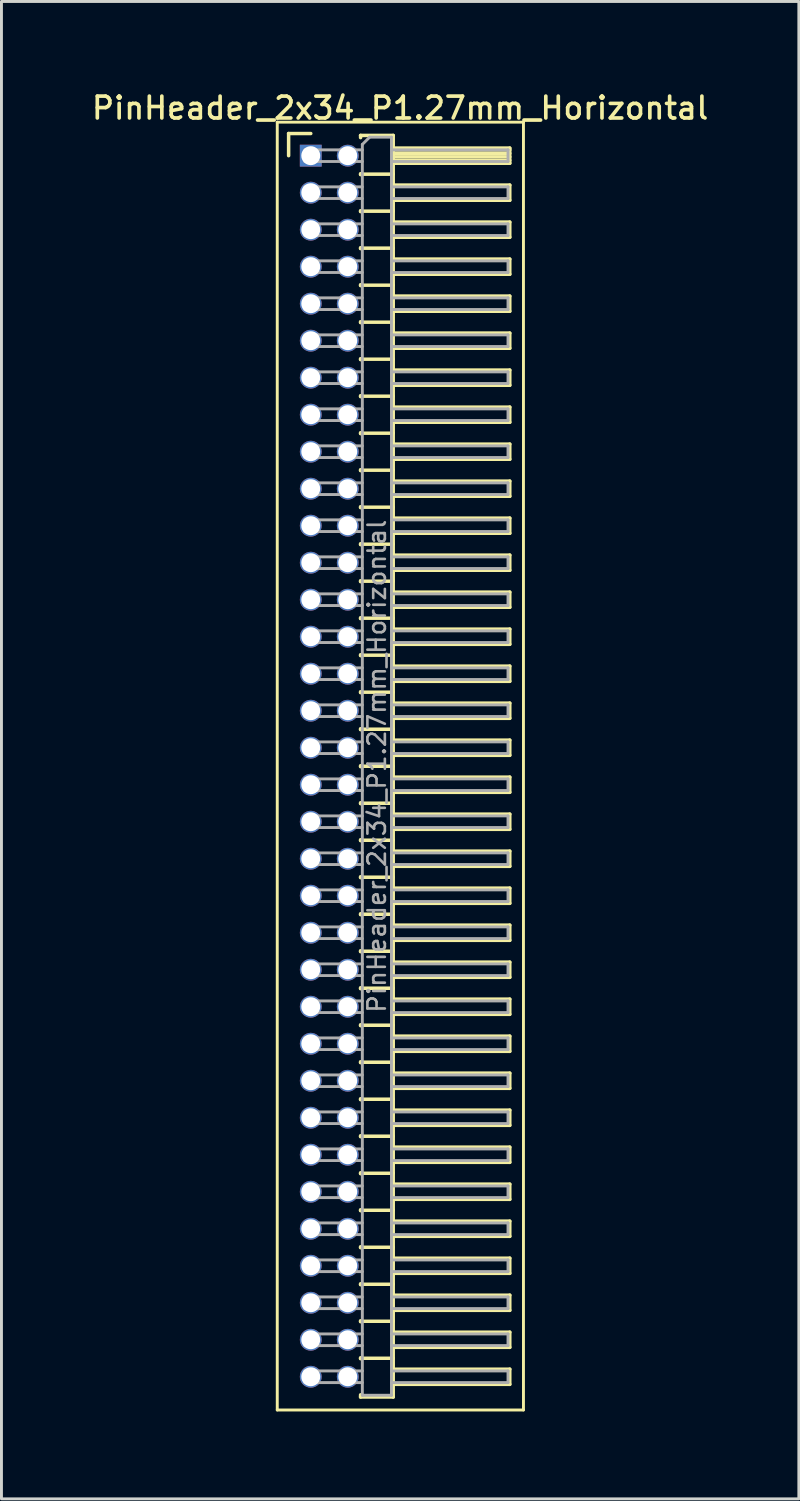
<source format=kicad_pcb>
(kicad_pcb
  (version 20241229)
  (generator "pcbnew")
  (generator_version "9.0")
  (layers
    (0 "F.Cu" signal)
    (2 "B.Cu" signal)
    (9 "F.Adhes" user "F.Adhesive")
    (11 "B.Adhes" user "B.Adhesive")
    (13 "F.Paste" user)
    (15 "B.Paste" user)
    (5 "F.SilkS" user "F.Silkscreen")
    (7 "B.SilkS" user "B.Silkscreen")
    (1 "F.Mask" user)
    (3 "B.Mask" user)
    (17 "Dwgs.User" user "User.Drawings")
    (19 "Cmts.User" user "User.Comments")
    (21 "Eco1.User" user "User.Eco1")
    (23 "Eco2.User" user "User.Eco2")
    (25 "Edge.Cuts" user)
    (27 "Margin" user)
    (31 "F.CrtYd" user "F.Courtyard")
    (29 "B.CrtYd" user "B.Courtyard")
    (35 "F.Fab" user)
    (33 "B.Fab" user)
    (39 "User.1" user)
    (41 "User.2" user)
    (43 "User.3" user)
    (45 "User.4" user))
  (footprint "PinHeader_2x34_P1.27mm_Horizontal"
    (layer "F.Cu")
    (at 7.616 2.293)
    (property "Reference" "PinHeader_2x34_P1.27mm_Horizontal" (at 3.067 -1.635 0) (layer "F.SilkS") (effects (font (size 0.75 0.75) (thickness 0.125))))
    (attr through_hole)
    (fp_line (start -1.15 -1.15) (end -1.15 43.05) (stroke (width 0.1) (type solid)) (layer "F.SilkS"))
    (fp_line (start -1.15 43.05) (end 7.3 43.05) (stroke (width 0.1) (type solid)) (layer "F.SilkS"))
    (fp_line (start -0.76 -0.76) (end 0 -0.76) (stroke (width 0.12) (type solid)) (layer "F.SilkS"))
    (fp_line (start -0.76 0) (end -0.76 -0.76) (stroke (width 0.12) (type solid)) (layer "F.SilkS"))
    (fp_line (start 1.71 -0.695) (end 2.83 -0.695) (stroke (width 0.12) (type solid)) (layer "F.SilkS"))
    (fp_line (start 1.71 -0.62) (end 1.71 -0.695) (stroke (width 0.12) (type solid)) (layer "F.SilkS"))
    (fp_line (start 1.71 0.62) (end 1.71 0.65) (stroke (width 0.12) (type solid)) (layer "F.SilkS"))
    (fp_line (start 1.71 0.635) (end 2.83 0.635) (stroke (width 0.12) (type solid)) (layer "F.SilkS"))
    (fp_line (start 1.71 1.89) (end 1.71 1.92) (stroke (width 0.12) (type solid)) (layer "F.SilkS"))
    (fp_line (start 1.71 1.905) (end 2.83 1.905) (stroke (width 0.12) (type solid)) (layer "F.SilkS"))
    (fp_line (start 1.71 3.16) (end 1.71 3.19) (stroke (width 0.12) (type solid)) (layer "F.SilkS"))
    (fp_line (start 1.71 3.175) (end 2.83 3.175) (stroke (width 0.12) (type solid)) (layer "F.SilkS"))
    (fp_line (start 1.71 4.43) (end 1.71 4.46) (stroke (width 0.12) (type solid)) (layer "F.SilkS"))
    (fp_line (start 1.71 4.445) (end 2.83 4.445) (stroke (width 0.12) (type solid)) (layer "F.SilkS"))
    (fp_line (start 1.71 5.7) (end 1.71 5.73) (stroke (width 0.12) (type solid)) (layer "F.SilkS"))
    (fp_line (start 1.71 5.715) (end 2.83 5.715) (stroke (width 0.12) (type solid)) (layer "F.SilkS"))
    (fp_line (start 1.71 6.97) (end 1.71 7) (stroke (width 0.12) (type solid)) (layer "F.SilkS"))
    (fp_line (start 1.71 6.985) (end 2.83 6.985) (stroke (width 0.12) (type solid)) (layer "F.SilkS"))
    (fp_line (start 1.71 8.24) (end 1.71 8.27) (stroke (width 0.12) (type solid)) (layer "F.SilkS"))
    (fp_line (start 1.71 8.255) (end 2.83 8.255) (stroke (width 0.12) (type solid)) (layer "F.SilkS"))
    (fp_line (start 1.71 9.51) (end 1.71 9.54) (stroke (width 0.12) (type solid)) (layer "F.SilkS"))
    (fp_line (start 1.71 9.525) (end 2.83 9.525) (stroke (width 0.12) (type solid)) (layer "F.SilkS"))
    (fp_line (start 1.71 10.78) (end 1.71 10.81) (stroke (width 0.12) (type solid)) (layer "F.SilkS"))
    (fp_line (start 1.71 10.795) (end 2.83 10.795) (stroke (width 0.12) (type solid)) (layer "F.SilkS"))
    (fp_line (start 1.71 12.05) (end 1.71 12.08) (stroke (width 0.12) (type solid)) (layer "F.SilkS"))
    (fp_line (start 1.71 12.065) (end 2.83 12.065) (stroke (width 0.12) (type solid)) (layer "F.SilkS"))
    (fp_line (start 1.71 13.32) (end 1.71 13.35) (stroke (width 0.12) (type solid)) (layer "F.SilkS"))
    (fp_line (start 1.71 13.335) (end 2.83 13.335) (stroke (width 0.12) (type solid)) (layer "F.SilkS"))
    (fp_line (start 1.71 14.59) (end 1.71 14.62) (stroke (width 0.12) (type solid)) (layer "F.SilkS"))
    (fp_line (start 1.71 14.605) (end 2.83 14.605) (stroke (width 0.12) (type solid)) (layer "F.SilkS"))
    (fp_line (start 1.71 15.86) (end 1.71 15.89) (stroke (width 0.12) (type solid)) (layer "F.SilkS"))
    (fp_line (start 1.71 15.875) (end 2.83 15.875) (stroke (width 0.12) (type solid)) (layer "F.SilkS"))
    (fp_line (start 1.71 17.13) (end 1.71 17.16) (stroke (width 0.12) (type solid)) (layer "F.SilkS"))
    (fp_line (start 1.71 17.145) (end 2.83 17.145) (stroke (width 0.12) (type solid)) (layer "F.SilkS"))
    (fp_line (start 1.71 18.4) (end 1.71 18.43) (stroke (width 0.12) (type solid)) (layer "F.SilkS"))
    (fp_line (start 1.71 18.415) (end 2.83 18.415) (stroke (width 0.12) (type solid)) (layer "F.SilkS"))
    (fp_line (start 1.71 19.67) (end 1.71 19.7) (stroke (width 0.12) (type solid)) (layer "F.SilkS"))
    (fp_line (start 1.71 19.685) (end 2.83 19.685) (stroke (width 0.12) (type solid)) (layer "F.SilkS"))
    (fp_line (start 1.71 20.94) (end 1.71 20.97) (stroke (width 0.12) (type solid)) (layer "F.SilkS"))
    (fp_line (start 1.71 20.955) (end 2.83 20.955) (stroke (width 0.12) (type solid)) (layer "F.SilkS"))
    (fp_line (start 1.71 22.21) (end 1.71 22.24) (stroke (width 0.12) (type solid)) (layer "F.SilkS"))
    (fp_line (start 1.71 22.225) (end 2.83 22.225) (stroke (width 0.12) (type solid)) (layer "F.SilkS"))
    (fp_line (start 1.71 23.48) (end 1.71 23.51) (stroke (width 0.12) (type solid)) (layer "F.SilkS"))
    (fp_line (start 1.71 23.495) (end 2.83 23.495) (stroke (width 0.12) (type solid)) (layer "F.SilkS"))
    (fp_line (start 1.71 24.75) (end 1.71 24.78) (stroke (width 0.12) (type solid)) (layer "F.SilkS"))
    (fp_line (start 1.71 24.765) (end 2.83 24.765) (stroke (width 0.12) (type solid)) (layer "F.SilkS"))
    (fp_line (start 1.71 26.02) (end 1.71 26.05) (stroke (width 0.12) (type solid)) (layer "F.SilkS"))
    (fp_line (start 1.71 26.035) (end 2.83 26.035) (stroke (width 0.12) (type solid)) (layer "F.SilkS"))
    (fp_line (start 1.71 27.29) (end 1.71 27.32) (stroke (width 0.12) (type solid)) (layer "F.SilkS"))
    (fp_line (start 1.71 27.305) (end 2.83 27.305) (stroke (width 0.12) (type solid)) (layer "F.SilkS"))
    (fp_line (start 1.71 28.56) (end 1.71 28.59) (stroke (width 0.12) (type solid)) (layer "F.SilkS"))
    (fp_line (start 1.71 28.575) (end 2.83 28.575) (stroke (width 0.12) (type solid)) (layer "F.SilkS"))
    (fp_line (start 1.71 29.83) (end 1.71 29.86) (stroke (width 0.12) (type solid)) (layer "F.SilkS"))
    (fp_line (start 1.71 29.845) (end 2.83 29.845) (stroke (width 0.12) (type solid)) (layer "F.SilkS"))
    (fp_line (start 1.71 31.1) (end 1.71 31.13) (stroke (width 0.12) (type solid)) (layer "F.SilkS"))
    (fp_line (start 1.71 31.115) (end 2.83 31.115) (stroke (width 0.12) (type solid)) (layer "F.SilkS"))
    (fp_line (start 1.71 32.37) (end 1.71 32.4) (stroke (width 0.12) (type solid)) (layer "F.SilkS"))
    (fp_line (start 1.71 32.385) (end 2.83 32.385) (stroke (width 0.12) (type solid)) (layer "F.SilkS"))
    (fp_line (start 1.71 33.64) (end 1.71 33.67) (stroke (width 0.12) (type solid)) (layer "F.SilkS"))
    (fp_line (start 1.71 33.655) (end 2.83 33.655) (stroke (width 0.12) (type solid)) (layer "F.SilkS"))
    (fp_line (start 1.71 34.91) (end 1.71 34.94) (stroke (width 0.12) (type solid)) (layer "F.SilkS"))
    (fp_line (start 1.71 34.925) (end 2.83 34.925) (stroke (width 0.12) (type solid)) (layer "F.SilkS"))
    (fp_line (start 1.71 36.18) (end 1.71 36.21) (stroke (width 0.12) (type solid)) (layer "F.SilkS"))
    (fp_line (start 1.71 36.195) (end 2.83 36.195) (stroke (width 0.12) (type solid)) (layer "F.SilkS"))
    (fp_line (start 1.71 37.45) (end 1.71 37.48) (stroke (width 0.12) (type solid)) (layer "F.SilkS"))
    (fp_line (start 1.71 37.465) (end 2.83 37.465) (stroke (width 0.12) (type solid)) (layer "F.SilkS"))
    (fp_line (start 1.71 38.72) (end 1.71 38.75) (stroke (width 0.12) (type solid)) (layer "F.SilkS"))
    (fp_line (start 1.71 38.735) (end 2.83 38.735) (stroke (width 0.12) (type solid)) (layer "F.SilkS"))
    (fp_line (start 1.71 39.99) (end 1.71 40.02) (stroke (width 0.12) (type solid)) (layer "F.SilkS"))
    (fp_line (start 1.71 40.005) (end 2.83 40.005) (stroke (width 0.12) (type solid)) (layer "F.SilkS"))
    (fp_line (start 1.71 41.26) (end 1.71 41.29) (stroke (width 0.12) (type solid)) (layer "F.SilkS"))
    (fp_line (start 1.71 41.275) (end 2.83 41.275) (stroke (width 0.12) (type solid)) (layer "F.SilkS"))
    (fp_line (start 1.71 42.605) (end 1.71 42.53) (stroke (width 0.12) (type solid)) (layer "F.SilkS"))
    (fp_line (start 2.83 -0.695) (end 2.83 42.605) (stroke (width 0.12) (type solid)) (layer "F.SilkS"))
    (fp_line (start 2.83 -0.26) (end 6.83 -0.26) (stroke (width 0.12) (type solid)) (layer "F.SilkS"))
    (fp_line (start 2.83 -0.2) (end 6.83 -0.2) (stroke (width 0.12) (type solid)) (layer "F.SilkS"))
    (fp_line (start 2.83 -0.08) (end 6.83 -0.08) (stroke (width 0.12) (type solid)) (layer "F.SilkS"))
    (fp_line (start 2.83 0.04) (end 6.83 0.04) (stroke (width 0.12) (type solid)) (layer "F.SilkS"))
    (fp_line (start 2.83 0.16) (end 6.83 0.16) (stroke (width 0.12) (type solid)) (layer "F.SilkS"))
    (fp_line (start 2.83 1.01) (end 6.83 1.01) (stroke (width 0.12) (type solid)) (layer "F.SilkS"))
    (fp_line (start 2.83 2.28) (end 6.83 2.28) (stroke (width 0.12) (type solid)) (layer "F.SilkS"))
    (fp_line (start 2.83 3.55) (end 6.83 3.55) (stroke (width 0.12) (type solid)) (layer "F.SilkS"))
    (fp_line (start 2.83 4.82) (end 6.83 4.82) (stroke (width 0.12) (type solid)) (layer "F.SilkS"))
    (fp_line (start 2.83 6.09) (end 6.83 6.09) (stroke (width 0.12) (type solid)) (layer "F.SilkS"))
    (fp_line (start 2.83 7.36) (end 6.83 7.36) (stroke (width 0.12) (type solid)) (layer "F.SilkS"))
    (fp_line (start 2.83 8.63) (end 6.83 8.63) (stroke (width 0.12) (type solid)) (layer "F.SilkS"))
    (fp_line (start 2.83 9.9) (end 6.83 9.9) (stroke (width 0.12) (type solid)) (layer "F.SilkS"))
    (fp_line (start 2.83 11.17) (end 6.83 11.17) (stroke (width 0.12) (type solid)) (layer "F.SilkS"))
    (fp_line (start 2.83 12.44) (end 6.83 12.44) (stroke (width 0.12) (type solid)) (layer "F.SilkS"))
    (fp_line (start 2.83 13.71) (end 6.83 13.71) (stroke (width 0.12) (type solid)) (layer "F.SilkS"))
    (fp_line (start 2.83 14.98) (end 6.83 14.98) (stroke (width 0.12) (type solid)) (layer "F.SilkS"))
    (fp_line (start 2.83 16.25) (end 6.83 16.25) (stroke (width 0.12) (type solid)) (layer "F.SilkS"))
    (fp_line (start 2.83 17.52) (end 6.83 17.52) (stroke (width 0.12) (type solid)) (layer "F.SilkS"))
    (fp_line (start 2.83 18.79) (end 6.83 18.79) (stroke (width 0.12) (type solid)) (layer "F.SilkS"))
    (fp_line (start 2.83 20.06) (end 6.83 20.06) (stroke (width 0.12) (type solid)) (layer "F.SilkS"))
    (fp_line (start 2.83 21.33) (end 6.83 21.33) (stroke (width 0.12) (type solid)) (layer "F.SilkS"))
    (fp_line (start 2.83 22.6) (end 6.83 22.6) (stroke (width 0.12) (type solid)) (layer "F.SilkS"))
    (fp_line (start 2.83 23.87) (end 6.83 23.87) (stroke (width 0.12) (type solid)) (layer "F.SilkS"))
    (fp_line (start 2.83 25.14) (end 6.83 25.14) (stroke (width 0.12) (type solid)) (layer "F.SilkS"))
    (fp_line (start 2.83 26.41) (end 6.83 26.41) (stroke (width 0.12) (type solid)) (layer "F.SilkS"))
    (fp_line (start 2.83 27.68) (end 6.83 27.68) (stroke (width 0.12) (type solid)) (layer "F.SilkS"))
    (fp_line (start 2.83 28.95) (end 6.83 28.95) (stroke (width 0.12) (type solid)) (layer "F.SilkS"))
    (fp_line (start 2.83 30.22) (end 6.83 30.22) (stroke (width 0.12) (type solid)) (layer "F.SilkS"))
    (fp_line (start 2.83 31.49) (end 6.83 31.49) (stroke (width 0.12) (type solid)) (layer "F.SilkS"))
    (fp_line (start 2.83 32.76) (end 6.83 32.76) (stroke (width 0.12) (type solid)) (layer "F.SilkS"))
    (fp_line (start 2.83 34.03) (end 6.83 34.03) (stroke (width 0.12) (type solid)) (layer "F.SilkS"))
    (fp_line (start 2.83 35.3) (end 6.83 35.3) (stroke (width 0.12) (type solid)) (layer "F.SilkS"))
    (fp_line (start 2.83 36.57) (end 6.83 36.57) (stroke (width 0.12) (type solid)) (layer "F.SilkS"))
    (fp_line (start 2.83 37.84) (end 6.83 37.84) (stroke (width 0.12) (type solid)) (layer "F.SilkS"))
    (fp_line (start 2.83 39.11) (end 6.83 39.11) (stroke (width 0.12) (type solid)) (layer "F.SilkS"))
    (fp_line (start 2.83 40.38) (end 6.83 40.38) (stroke (width 0.12) (type solid)) (layer "F.SilkS"))
    (fp_line (start 2.83 41.65) (end 6.83 41.65) (stroke (width 0.12) (type solid)) (layer "F.SilkS"))
    (fp_line (start 2.83 42.605) (end 1.71 42.605) (stroke (width 0.12) (type solid)) (layer "F.SilkS"))
    (fp_line (start 6.83 -0.26) (end 6.83 0.26) (stroke (width 0.12) (type solid)) (layer "F.SilkS"))
    (fp_line (start 6.83 0.26) (end 2.83 0.26) (stroke (width 0.12) (type solid)) (layer "F.SilkS"))
    (fp_line (start 6.83 1.01) (end 6.83 1.53) (stroke (width 0.12) (type solid)) (layer "F.SilkS"))
    (fp_line (start 6.83 1.53) (end 2.83 1.53) (stroke (width 0.12) (type solid)) (layer "F.SilkS"))
    (fp_line (start 6.83 2.28) (end 6.83 2.8) (stroke (width 0.12) (type solid)) (layer "F.SilkS"))
    (fp_line (start 6.83 2.8) (end 2.83 2.8) (stroke (width 0.12) (type solid)) (layer "F.SilkS"))
    (fp_line (start 6.83 3.55) (end 6.83 4.07) (stroke (width 0.12) (type solid)) (layer "F.SilkS"))
    (fp_line (start 6.83 4.07) (end 2.83 4.07) (stroke (width 0.12) (type solid)) (layer "F.SilkS"))
    (fp_line (start 6.83 4.82) (end 6.83 5.34) (stroke (width 0.12) (type solid)) (layer "F.SilkS"))
    (fp_line (start 6.83 5.34) (end 2.83 5.34) (stroke (width 0.12) (type solid)) (layer "F.SilkS"))
    (fp_line (start 6.83 6.09) (end 6.83 6.61) (stroke (width 0.12) (type solid)) (layer "F.SilkS"))
    (fp_line (start 6.83 6.61) (end 2.83 6.61) (stroke (width 0.12) (type solid)) (layer "F.SilkS"))
    (fp_line (start 6.83 7.36) (end 6.83 7.88) (stroke (width 0.12) (type solid)) (layer "F.SilkS"))
    (fp_line (start 6.83 7.88) (end 2.83 7.88) (stroke (width 0.12) (type solid)) (layer "F.SilkS"))
    (fp_line (start 6.83 8.63) (end 6.83 9.15) (stroke (width 0.12) (type solid)) (layer "F.SilkS"))
    (fp_line (start 6.83 9.15) (end 2.83 9.15) (stroke (width 0.12) (type solid)) (layer "F.SilkS"))
    (fp_line (start 6.83 9.9) (end 6.83 10.42) (stroke (width 0.12) (type solid)) (layer "F.SilkS"))
    (fp_line (start 6.83 10.42) (end 2.83 10.42) (stroke (width 0.12) (type solid)) (layer "F.SilkS"))
    (fp_line (start 6.83 11.17) (end 6.83 11.69) (stroke (width 0.12) (type solid)) (layer "F.SilkS"))
    (fp_line (start 6.83 11.69) (end 2.83 11.69) (stroke (width 0.12) (type solid)) (layer "F.SilkS"))
    (fp_line (start 6.83 12.44) (end 6.83 12.96) (stroke (width 0.12) (type solid)) (layer "F.SilkS"))
    (fp_line (start 6.83 12.96) (end 2.83 12.96) (stroke (width 0.12) (type solid)) (layer "F.SilkS"))
    (fp_line (start 6.83 13.71) (end 6.83 14.23) (stroke (width 0.12) (type solid)) (layer "F.SilkS"))
    (fp_line (start 6.83 14.23) (end 2.83 14.23) (stroke (width 0.12) (type solid)) (layer "F.SilkS"))
    (fp_line (start 6.83 14.98) (end 6.83 15.5) (stroke (width 0.12) (type solid)) (layer "F.SilkS"))
    (fp_line (start 6.83 15.5) (end 2.83 15.5) (stroke (width 0.12) (type solid)) (layer "F.SilkS"))
    (fp_line (start 6.83 16.25) (end 6.83 16.77) (stroke (width 0.12) (type solid)) (layer "F.SilkS"))
    (fp_line (start 6.83 16.77) (end 2.83 16.77) (stroke (width 0.12) (type solid)) (layer "F.SilkS"))
    (fp_line (start 6.83 17.52) (end 6.83 18.04) (stroke (width 0.12) (type solid)) (layer "F.SilkS"))
    (fp_line (start 6.83 18.04) (end 2.83 18.04) (stroke (width 0.12) (type solid)) (layer "F.SilkS"))
    (fp_line (start 6.83 18.79) (end 6.83 19.31) (stroke (width 0.12) (type solid)) (layer "F.SilkS"))
    (fp_line (start 6.83 19.31) (end 2.83 19.31) (stroke (width 0.12) (type solid)) (layer "F.SilkS"))
    (fp_line (start 6.83 20.06) (end 6.83 20.58) (stroke (width 0.12) (type solid)) (layer "F.SilkS"))
    (fp_line (start 6.83 20.58) (end 2.83 20.58) (stroke (width 0.12) (type solid)) (layer "F.SilkS"))
    (fp_line (start 6.83 21.33) (end 6.83 21.85) (stroke (width 0.12) (type solid)) (layer "F.SilkS"))
    (fp_line (start 6.83 21.85) (end 2.83 21.85) (stroke (width 0.12) (type solid)) (layer "F.SilkS"))
    (fp_line (start 6.83 22.6) (end 6.83 23.12) (stroke (width 0.12) (type solid)) (layer "F.SilkS"))
    (fp_line (start 6.83 23.12) (end 2.83 23.12) (stroke (width 0.12) (type solid)) (layer "F.SilkS"))
    (fp_line (start 6.83 23.87) (end 6.83 24.39) (stroke (width 0.12) (type solid)) (layer "F.SilkS"))
    (fp_line (start 6.83 24.39) (end 2.83 24.39) (stroke (width 0.12) (type solid)) (layer "F.SilkS"))
    (fp_line (start 6.83 25.14) (end 6.83 25.66) (stroke (width 0.12) (type solid)) (layer "F.SilkS"))
    (fp_line (start 6.83 25.66) (end 2.83 25.66) (stroke (width 0.12) (type solid)) (layer "F.SilkS"))
    (fp_line (start 6.83 26.41) (end 6.83 26.93) (stroke (width 0.12) (type solid)) (layer "F.SilkS"))
    (fp_line (start 6.83 26.93) (end 2.83 26.93) (stroke (width 0.12) (type solid)) (layer "F.SilkS"))
    (fp_line (start 6.83 27.68) (end 6.83 28.2) (stroke (width 0.12) (type solid)) (layer "F.SilkS"))
    (fp_line (start 6.83 28.2) (end 2.83 28.2) (stroke (width 0.12) (type solid)) (layer "F.SilkS"))
    (fp_line (start 6.83 28.95) (end 6.83 29.47) (stroke (width 0.12) (type solid)) (layer "F.SilkS"))
    (fp_line (start 6.83 29.47) (end 2.83 29.47) (stroke (width 0.12) (type solid)) (layer "F.SilkS"))
    (fp_line (start 6.83 30.22) (end 6.83 30.74) (stroke (width 0.12) (type solid)) (layer "F.SilkS"))
    (fp_line (start 6.83 30.74) (end 2.83 30.74) (stroke (width 0.12) (type solid)) (layer "F.SilkS"))
    (fp_line (start 6.83 31.49) (end 6.83 32.01) (stroke (width 0.12) (type solid)) (layer "F.SilkS"))
    (fp_line (start 6.83 32.01) (end 2.83 32.01) (stroke (width 0.12) (type solid)) (layer "F.SilkS"))
    (fp_line (start 6.83 32.76) (end 6.83 33.28) (stroke (width 0.12) (type solid)) (layer "F.SilkS"))
    (fp_line (start 6.83 33.28) (end 2.83 33.28) (stroke (width 0.12) (type solid)) (layer "F.SilkS"))
    (fp_line (start 6.83 34.03) (end 6.83 34.55) (stroke (width 0.12) (type solid)) (layer "F.SilkS"))
    (fp_line (start 6.83 34.55) (end 2.83 34.55) (stroke (width 0.12) (type solid)) (layer "F.SilkS"))
    (fp_line (start 6.83 35.3) (end 6.83 35.82) (stroke (width 0.12) (type solid)) (layer "F.SilkS"))
    (fp_line (start 6.83 35.82) (end 2.83 35.82) (stroke (width 0.12) (type solid)) (layer "F.SilkS"))
    (fp_line (start 6.83 36.57) (end 6.83 37.09) (stroke (width 0.12) (type solid)) (layer "F.SilkS"))
    (fp_line (start 6.83 37.09) (end 2.83 37.09) (stroke (width 0.12) (type solid)) (layer "F.SilkS"))
    (fp_line (start 6.83 37.84) (end 6.83 38.36) (stroke (width 0.12) (type solid)) (layer "F.SilkS"))
    (fp_line (start 6.83 38.36) (end 2.83 38.36) (stroke (width 0.12) (type solid)) (layer "F.SilkS"))
    (fp_line (start 6.83 39.11) (end 6.83 39.63) (stroke (width 0.12) (type solid)) (layer "F.SilkS"))
    (fp_line (start 6.83 39.63) (end 2.83 39.63) (stroke (width 0.12) (type solid)) (layer "F.SilkS"))
    (fp_line (start 6.83 40.38) (end 6.83 40.9) (stroke (width 0.12) (type solid)) (layer "F.SilkS"))
    (fp_line (start 6.83 40.9) (end 2.83 40.9) (stroke (width 0.12) (type solid)) (layer "F.SilkS"))
    (fp_line (start 6.83 41.65) (end 6.83 42.17) (stroke (width 0.12) (type solid)) (layer "F.SilkS"))
    (fp_line (start 6.83 42.17) (end 2.83 42.17) (stroke (width 0.12) (type solid)) (layer "F.SilkS"))
    (fp_line (start 7.3 -1.15) (end -1.15 -1.15) (stroke (width 0.1) (type solid)) (layer "F.SilkS"))
    (fp_line (start 7.3 43.05) (end 7.3 -1.15) (stroke (width 0.1) (type solid)) (layer "F.SilkS"))
    (fp_line (start -0.2 -0.2) (end -0.2 0.2) (stroke (width 0.1) (type solid)) (layer "F.Fab"))
    (fp_line (start -0.2 -0.2) (end 1.77 -0.2) (stroke (width 0.1) (type solid)) (layer "F.Fab"))
    (fp_line (start -0.2 0.2) (end 1.77 0.2) (stroke (width 0.1) (type solid)) (layer "F.Fab"))
    (fp_line (start -0.2 1.07) (end -0.2 1.47) (stroke (width 0.1) (type solid)) (layer "F.Fab"))
    (fp_line (start -0.2 1.07) (end 1.77 1.07) (stroke (width 0.1) (type solid)) (layer "F.Fab"))
    (fp_line (start -0.2 1.47) (end 1.77 1.47) (stroke (width 0.1) (type solid)) (layer "F.Fab"))
    (fp_line (start -0.2 2.34) (end -0.2 2.74) (stroke (width 0.1) (type solid)) (layer "F.Fab"))
    (fp_line (start -0.2 2.34) (end 1.77 2.34) (stroke (width 0.1) (type solid)) (layer "F.Fab"))
    (fp_line (start -0.2 2.74) (end 1.77 2.74) (stroke (width 0.1) (type solid)) (layer "F.Fab"))
    (fp_line (start -0.2 3.61) (end -0.2 4.01) (stroke (width 0.1) (type solid)) (layer "F.Fab"))
    (fp_line (start -0.2 3.61) (end 1.77 3.61) (stroke (width 0.1) (type solid)) (layer "F.Fab"))
    (fp_line (start -0.2 4.01) (end 1.77 4.01) (stroke (width 0.1) (type solid)) (layer "F.Fab"))
    (fp_line (start -0.2 4.88) (end -0.2 5.28) (stroke (width 0.1) (type solid)) (layer "F.Fab"))
    (fp_line (start -0.2 4.88) (end 1.77 4.88) (stroke (width 0.1) (type solid)) (layer "F.Fab"))
    (fp_line (start -0.2 5.28) (end 1.77 5.28) (stroke (width 0.1) (type solid)) (layer "F.Fab"))
    (fp_line (start -0.2 6.15) (end -0.2 6.55) (stroke (width 0.1) (type solid)) (layer "F.Fab"))
    (fp_line (start -0.2 6.15) (end 1.77 6.15) (stroke (width 0.1) (type solid)) (layer "F.Fab"))
    (fp_line (start -0.2 6.55) (end 1.77 6.55) (stroke (width 0.1) (type solid)) (layer "F.Fab"))
    (fp_line (start -0.2 7.42) (end -0.2 7.82) (stroke (width 0.1) (type solid)) (layer "F.Fab"))
    (fp_line (start -0.2 7.42) (end 1.77 7.42) (stroke (width 0.1) (type solid)) (layer "F.Fab"))
    (fp_line (start -0.2 7.82) (end 1.77 7.82) (stroke (width 0.1) (type solid)) (layer "F.Fab"))
    (fp_line (start -0.2 8.69) (end -0.2 9.09) (stroke (width 0.1) (type solid)) (layer "F.Fab"))
    (fp_line (start -0.2 8.69) (end 1.77 8.69) (stroke (width 0.1) (type solid)) (layer "F.Fab"))
    (fp_line (start -0.2 9.09) (end 1.77 9.09) (stroke (width 0.1) (type solid)) (layer "F.Fab"))
    (fp_line (start -0.2 9.96) (end -0.2 10.36) (stroke (width 0.1) (type solid)) (layer "F.Fab"))
    (fp_line (start -0.2 9.96) (end 1.77 9.96) (stroke (width 0.1) (type solid)) (layer "F.Fab"))
    (fp_line (start -0.2 10.36) (end 1.77 10.36) (stroke (width 0.1) (type solid)) (layer "F.Fab"))
    (fp_line (start -0.2 11.23) (end -0.2 11.63) (stroke (width 0.1) (type solid)) (layer "F.Fab"))
    (fp_line (start -0.2 11.23) (end 1.77 11.23) (stroke (width 0.1) (type solid)) (layer "F.Fab"))
    (fp_line (start -0.2 11.63) (end 1.77 11.63) (stroke (width 0.1) (type solid)) (layer "F.Fab"))
    (fp_line (start -0.2 12.5) (end -0.2 12.9) (stroke (width 0.1) (type solid)) (layer "F.Fab"))
    (fp_line (start -0.2 12.5) (end 1.77 12.5) (stroke (width 0.1) (type solid)) (layer "F.Fab"))
    (fp_line (start -0.2 12.9) (end 1.77 12.9) (stroke (width 0.1) (type solid)) (layer "F.Fab"))
    (fp_line (start -0.2 13.77) (end -0.2 14.17) (stroke (width 0.1) (type solid)) (layer "F.Fab"))
    (fp_line (start -0.2 13.77) (end 1.77 13.77) (stroke (width 0.1) (type solid)) (layer "F.Fab"))
    (fp_line (start -0.2 14.17) (end 1.77 14.17) (stroke (width 0.1) (type solid)) (layer "F.Fab"))
    (fp_line (start -0.2 15.04) (end -0.2 15.44) (stroke (width 0.1) (type solid)) (layer "F.Fab"))
    (fp_line (start -0.2 15.04) (end 1.77 15.04) (stroke (width 0.1) (type solid)) (layer "F.Fab"))
    (fp_line (start -0.2 15.44) (end 1.77 15.44) (stroke (width 0.1) (type solid)) (layer "F.Fab"))
    (fp_line (start -0.2 16.31) (end -0.2 16.71) (stroke (width 0.1) (type solid)) (layer "F.Fab"))
    (fp_line (start -0.2 16.31) (end 1.77 16.31) (stroke (width 0.1) (type solid)) (layer "F.Fab"))
    (fp_line (start -0.2 16.71) (end 1.77 16.71) (stroke (width 0.1) (type solid)) (layer "F.Fab"))
    (fp_line (start -0.2 17.58) (end -0.2 17.98) (stroke (width 0.1) (type solid)) (layer "F.Fab"))
    (fp_line (start -0.2 17.58) (end 1.77 17.58) (stroke (width 0.1) (type solid)) (layer "F.Fab"))
    (fp_line (start -0.2 17.98) (end 1.77 17.98) (stroke (width 0.1) (type solid)) (layer "F.Fab"))
    (fp_line (start -0.2 18.85) (end -0.2 19.25) (stroke (width 0.1) (type solid)) (layer "F.Fab"))
    (fp_line (start -0.2 18.85) (end 1.77 18.85) (stroke (width 0.1) (type solid)) (layer "F.Fab"))
    (fp_line (start -0.2 19.25) (end 1.77 19.25) (stroke (width 0.1) (type solid)) (layer "F.Fab"))
    (fp_line (start -0.2 20.12) (end -0.2 20.52) (stroke (width 0.1) (type solid)) (layer "F.Fab"))
    (fp_line (start -0.2 20.12) (end 1.77 20.12) (stroke (width 0.1) (type solid)) (layer "F.Fab"))
    (fp_line (start -0.2 20.52) (end 1.77 20.52) (stroke (width 0.1) (type solid)) (layer "F.Fab"))
    (fp_line (start -0.2 21.39) (end -0.2 21.79) (stroke (width 0.1) (type solid)) (layer "F.Fab"))
    (fp_line (start -0.2 21.39) (end 1.77 21.39) (stroke (width 0.1) (type solid)) (layer "F.Fab"))
    (fp_line (start -0.2 21.79) (end 1.77 21.79) (stroke (width 0.1) (type solid)) (layer "F.Fab"))
    (fp_line (start -0.2 22.66) (end -0.2 23.06) (stroke (width 0.1) (type solid)) (layer "F.Fab"))
    (fp_line (start -0.2 22.66) (end 1.77 22.66) (stroke (width 0.1) (type solid)) (layer "F.Fab"))
    (fp_line (start -0.2 23.06) (end 1.77 23.06) (stroke (width 0.1) (type solid)) (layer "F.Fab"))
    (fp_line (start -0.2 23.93) (end -0.2 24.33) (stroke (width 0.1) (type solid)) (layer "F.Fab"))
    (fp_line (start -0.2 23.93) (end 1.77 23.93) (stroke (width 0.1) (type solid)) (layer "F.Fab"))
    (fp_line (start -0.2 24.33) (end 1.77 24.33) (stroke (width 0.1) (type solid)) (layer "F.Fab"))
    (fp_line (start -0.2 25.2) (end -0.2 25.6) (stroke (width 0.1) (type solid)) (layer "F.Fab"))
    (fp_line (start -0.2 25.2) (end 1.77 25.2) (stroke (width 0.1) (type solid)) (layer "F.Fab"))
    (fp_line (start -0.2 25.6) (end 1.77 25.6) (stroke (width 0.1) (type solid)) (layer "F.Fab"))
    (fp_line (start -0.2 26.47) (end -0.2 26.87) (stroke (width 0.1) (type solid)) (layer "F.Fab"))
    (fp_line (start -0.2 26.47) (end 1.77 26.47) (stroke (width 0.1) (type solid)) (layer "F.Fab"))
    (fp_line (start -0.2 26.87) (end 1.77 26.87) (stroke (width 0.1) (type solid)) (layer "F.Fab"))
    (fp_line (start -0.2 27.74) (end -0.2 28.14) (stroke (width 0.1) (type solid)) (layer "F.Fab"))
    (fp_line (start -0.2 27.74) (end 1.77 27.74) (stroke (width 0.1) (type solid)) (layer "F.Fab"))
    (fp_line (start -0.2 28.14) (end 1.77 28.14) (stroke (width 0.1) (type solid)) (layer "F.Fab"))
    (fp_line (start -0.2 29.01) (end -0.2 29.41) (stroke (width 0.1) (type solid)) (layer "F.Fab"))
    (fp_line (start -0.2 29.01) (end 1.77 29.01) (stroke (width 0.1) (type solid)) (layer "F.Fab"))
    (fp_line (start -0.2 29.41) (end 1.77 29.41) (stroke (width 0.1) (type solid)) (layer "F.Fab"))
    (fp_line (start -0.2 30.28) (end -0.2 30.68) (stroke (width 0.1) (type solid)) (layer "F.Fab"))
    (fp_line (start -0.2 30.28) (end 1.77 30.28) (stroke (width 0.1) (type solid)) (layer "F.Fab"))
    (fp_line (start -0.2 30.68) (end 1.77 30.68) (stroke (width 0.1) (type solid)) (layer "F.Fab"))
    (fp_line (start -0.2 31.55) (end -0.2 31.95) (stroke (width 0.1) (type solid)) (layer "F.Fab"))
    (fp_line (start -0.2 31.55) (end 1.77 31.55) (stroke (width 0.1) (type solid)) (layer "F.Fab"))
    (fp_line (start -0.2 31.95) (end 1.77 31.95) (stroke (width 0.1) (type solid)) (layer "F.Fab"))
    (fp_line (start -0.2 32.82) (end -0.2 33.22) (stroke (width 0.1) (type solid)) (layer "F.Fab"))
    (fp_line (start -0.2 32.82) (end 1.77 32.82) (stroke (width 0.1) (type solid)) (layer "F.Fab"))
    (fp_line (start -0.2 33.22) (end 1.77 33.22) (stroke (width 0.1) (type solid)) (layer "F.Fab"))
    (fp_line (start -0.2 34.09) (end -0.2 34.49) (stroke (width 0.1) (type solid)) (layer "F.Fab"))
    (fp_line (start -0.2 34.09) (end 1.77 34.09) (stroke (width 0.1) (type solid)) (layer "F.Fab"))
    (fp_line (start -0.2 34.49) (end 1.77 34.49) (stroke (width 0.1) (type solid)) (layer "F.Fab"))
    (fp_line (start -0.2 35.36) (end -0.2 35.76) (stroke (width 0.1) (type solid)) (layer "F.Fab"))
    (fp_line (start -0.2 35.36) (end 1.77 35.36) (stroke (width 0.1) (type solid)) (layer "F.Fab"))
    (fp_line (start -0.2 35.76) (end 1.77 35.76) (stroke (width 0.1) (type solid)) (layer "F.Fab"))
    (fp_line (start -0.2 36.63) (end -0.2 37.03) (stroke (width 0.1) (type solid)) (layer "F.Fab"))
    (fp_line (start -0.2 36.63) (end 1.77 36.63) (stroke (width 0.1) (type solid)) (layer "F.Fab"))
    (fp_line (start -0.2 37.03) (end 1.77 37.03) (stroke (width 0.1) (type solid)) (layer "F.Fab"))
    (fp_line (start -0.2 37.9) (end -0.2 38.3) (stroke (width 0.1) (type solid)) (layer "F.Fab"))
    (fp_line (start -0.2 37.9) (end 1.77 37.9) (stroke (width 0.1) (type solid)) (layer "F.Fab"))
    (fp_line (start -0.2 38.3) (end 1.77 38.3) (stroke (width 0.1) (type solid)) (layer "F.Fab"))
    (fp_line (start -0.2 39.17) (end -0.2 39.57) (stroke (width 0.1) (type solid)) (layer "F.Fab"))
    (fp_line (start -0.2 39.17) (end 1.77 39.17) (stroke (width 0.1) (type solid)) (layer "F.Fab"))
    (fp_line (start -0.2 39.57) (end 1.77 39.57) (stroke (width 0.1) (type solid)) (layer "F.Fab"))
    (fp_line (start -0.2 40.44) (end -0.2 40.84) (stroke (width 0.1) (type solid)) (layer "F.Fab"))
    (fp_line (start -0.2 40.44) (end 1.77 40.44) (stroke (width 0.1) (type solid)) (layer "F.Fab"))
    (fp_line (start -0.2 40.84) (end 1.77 40.84) (stroke (width 0.1) (type solid)) (layer "F.Fab"))
    (fp_line (start -0.2 41.71) (end -0.2 42.11) (stroke (width 0.1) (type solid)) (layer "F.Fab"))
    (fp_line (start -0.2 41.71) (end 1.77 41.71) (stroke (width 0.1) (type solid)) (layer "F.Fab"))
    (fp_line (start -0.2 42.11) (end 1.77 42.11) (stroke (width 0.1) (type solid)) (layer "F.Fab"))
    (fp_line (start 1.77 -0.385) (end 2.02 -0.635) (stroke (width 0.1) (type solid)) (layer "F.Fab"))
    (fp_line (start 1.77 42.545) (end 1.77 -0.385) (stroke (width 0.1) (type solid)) (layer "F.Fab"))
    (fp_line (start 2.02 -0.635) (end 2.77 -0.635) (stroke (width 0.1) (type solid)) (layer "F.Fab"))
    (fp_line (start 2.77 -0.635) (end 2.77 42.545) (stroke (width 0.1) (type solid)) (layer "F.Fab"))
    (fp_line (start 2.77 -0.2) (end 6.77 -0.2) (stroke (width 0.1) (type solid)) (layer "F.Fab"))
    (fp_line (start 2.77 0.2) (end 6.77 0.2) (stroke (width 0.1) (type solid)) (layer "F.Fab"))
    (fp_line (start 2.77 1.07) (end 6.77 1.07) (stroke (width 0.1) (type solid)) (layer "F.Fab"))
    (fp_line (start 2.77 1.47) (end 6.77 1.47) (stroke (width 0.1) (type solid)) (layer "F.Fab"))
    (fp_line (start 2.77 2.34) (end 6.77 2.34) (stroke (width 0.1) (type solid)) (layer "F.Fab"))
    (fp_line (start 2.77 2.74) (end 6.77 2.74) (stroke (width 0.1) (type solid)) (layer "F.Fab"))
    (fp_line (start 2.77 3.61) (end 6.77 3.61) (stroke (width 0.1) (type solid)) (layer "F.Fab"))
    (fp_line (start 2.77 4.01) (end 6.77 4.01) (stroke (width 0.1) (type solid)) (layer "F.Fab"))
    (fp_line (start 2.77 4.88) (end 6.77 4.88) (stroke (width 0.1) (type solid)) (layer "F.Fab"))
    (fp_line (start 2.77 5.28) (end 6.77 5.28) (stroke (width 0.1) (type solid)) (layer "F.Fab"))
    (fp_line (start 2.77 6.15) (end 6.77 6.15) (stroke (width 0.1) (type solid)) (layer "F.Fab"))
    (fp_line (start 2.77 6.55) (end 6.77 6.55) (stroke (width 0.1) (type solid)) (layer "F.Fab"))
    (fp_line (start 2.77 7.42) (end 6.77 7.42) (stroke (width 0.1) (type solid)) (layer "F.Fab"))
    (fp_line (start 2.77 7.82) (end 6.77 7.82) (stroke (width 0.1) (type solid)) (layer "F.Fab"))
    (fp_line (start 2.77 8.69) (end 6.77 8.69) (stroke (width 0.1) (type solid)) (layer "F.Fab"))
    (fp_line (start 2.77 9.09) (end 6.77 9.09) (stroke (width 0.1) (type solid)) (layer "F.Fab"))
    (fp_line (start 2.77 9.96) (end 6.77 9.96) (stroke (width 0.1) (type solid)) (layer "F.Fab"))
    (fp_line (start 2.77 10.36) (end 6.77 10.36) (stroke (width 0.1) (type solid)) (layer "F.Fab"))
    (fp_line (start 2.77 11.23) (end 6.77 11.23) (stroke (width 0.1) (type solid)) (layer "F.Fab"))
    (fp_line (start 2.77 11.63) (end 6.77 11.63) (stroke (width 0.1) (type solid)) (layer "F.Fab"))
    (fp_line (start 2.77 12.5) (end 6.77 12.5) (stroke (width 0.1) (type solid)) (layer "F.Fab"))
    (fp_line (start 2.77 12.9) (end 6.77 12.9) (stroke (width 0.1) (type solid)) (layer "F.Fab"))
    (fp_line (start 2.77 13.77) (end 6.77 13.77) (stroke (width 0.1) (type solid)) (layer "F.Fab"))
    (fp_line (start 2.77 14.17) (end 6.77 14.17) (stroke (width 0.1) (type solid)) (layer "F.Fab"))
    (fp_line (start 2.77 15.04) (end 6.77 15.04) (stroke (width 0.1) (type solid)) (layer "F.Fab"))
    (fp_line (start 2.77 15.44) (end 6.77 15.44) (stroke (width 0.1) (type solid)) (layer "F.Fab"))
    (fp_line (start 2.77 16.31) (end 6.77 16.31) (stroke (width 0.1) (type solid)) (layer "F.Fab"))
    (fp_line (start 2.77 16.71) (end 6.77 16.71) (stroke (width 0.1) (type solid)) (layer "F.Fab"))
    (fp_line (start 2.77 17.58) (end 6.77 17.58) (stroke (width 0.1) (type solid)) (layer "F.Fab"))
    (fp_line (start 2.77 17.98) (end 6.77 17.98) (stroke (width 0.1) (type solid)) (layer "F.Fab"))
    (fp_line (start 2.77 18.85) (end 6.77 18.85) (stroke (width 0.1) (type solid)) (layer "F.Fab"))
    (fp_line (start 2.77 19.25) (end 6.77 19.25) (stroke (width 0.1) (type solid)) (layer "F.Fab"))
    (fp_line (start 2.77 20.12) (end 6.77 20.12) (stroke (width 0.1) (type solid)) (layer "F.Fab"))
    (fp_line (start 2.77 20.52) (end 6.77 20.52) (stroke (width 0.1) (type solid)) (layer "F.Fab"))
    (fp_line (start 2.77 21.39) (end 6.77 21.39) (stroke (width 0.1) (type solid)) (layer "F.Fab"))
    (fp_line (start 2.77 21.79) (end 6.77 21.79) (stroke (width 0.1) (type solid)) (layer "F.Fab"))
    (fp_line (start 2.77 22.66) (end 6.77 22.66) (stroke (width 0.1) (type solid)) (layer "F.Fab"))
    (fp_line (start 2.77 23.06) (end 6.77 23.06) (stroke (width 0.1) (type solid)) (layer "F.Fab"))
    (fp_line (start 2.77 23.93) (end 6.77 23.93) (stroke (width 0.1) (type solid)) (layer "F.Fab"))
    (fp_line (start 2.77 24.33) (end 6.77 24.33) (stroke (width 0.1) (type solid)) (layer "F.Fab"))
    (fp_line (start 2.77 25.2) (end 6.77 25.2) (stroke (width 0.1) (type solid)) (layer "F.Fab"))
    (fp_line (start 2.77 25.6) (end 6.77 25.6) (stroke (width 0.1) (type solid)) (layer "F.Fab"))
    (fp_line (start 2.77 26.47) (end 6.77 26.47) (stroke (width 0.1) (type solid)) (layer "F.Fab"))
    (fp_line (start 2.77 26.87) (end 6.77 26.87) (stroke (width 0.1) (type solid)) (layer "F.Fab"))
    (fp_line (start 2.77 27.74) (end 6.77 27.74) (stroke (width 0.1) (type solid)) (layer "F.Fab"))
    (fp_line (start 2.77 28.14) (end 6.77 28.14) (stroke (width 0.1) (type solid)) (layer "F.Fab"))
    (fp_line (start 2.77 29.01) (end 6.77 29.01) (stroke (width 0.1) (type solid)) (layer "F.Fab"))
    (fp_line (start 2.77 29.41) (end 6.77 29.41) (stroke (width 0.1) (type solid)) (layer "F.Fab"))
    (fp_line (start 2.77 30.28) (end 6.77 30.28) (stroke (width 0.1) (type solid)) (layer "F.Fab"))
    (fp_line (start 2.77 30.68) (end 6.77 30.68) (stroke (width 0.1) (type solid)) (layer "F.Fab"))
    (fp_line (start 2.77 31.55) (end 6.77 31.55) (stroke (width 0.1) (type solid)) (layer "F.Fab"))
    (fp_line (start 2.77 31.95) (end 6.77 31.95) (stroke (width 0.1) (type solid)) (layer "F.Fab"))
    (fp_line (start 2.77 32.82) (end 6.77 32.82) (stroke (width 0.1) (type solid)) (layer "F.Fab"))
    (fp_line (start 2.77 33.22) (end 6.77 33.22) (stroke (width 0.1) (type solid)) (layer "F.Fab"))
    (fp_line (start 2.77 34.09) (end 6.77 34.09) (stroke (width 0.1) (type solid)) (layer "F.Fab"))
    (fp_line (start 2.77 34.49) (end 6.77 34.49) (stroke (width 0.1) (type solid)) (layer "F.Fab"))
    (fp_line (start 2.77 35.36) (end 6.77 35.36) (stroke (width 0.1) (type solid)) (layer "F.Fab"))
    (fp_line (start 2.77 35.76) (end 6.77 35.76) (stroke (width 0.1) (type solid)) (layer "F.Fab"))
    (fp_line (start 2.77 36.63) (end 6.77 36.63) (stroke (width 0.1) (type solid)) (layer "F.Fab"))
    (fp_line (start 2.77 37.03) (end 6.77 37.03) (stroke (width 0.1) (type solid)) (layer "F.Fab"))
    (fp_line (start 2.77 37.9) (end 6.77 37.9) (stroke (width 0.1) (type solid)) (layer "F.Fab"))
    (fp_line (start 2.77 38.3) (end 6.77 38.3) (stroke (width 0.1) (type solid)) (layer "F.Fab"))
    (fp_line (start 2.77 39.17) (end 6.77 39.17) (stroke (width 0.1) (type solid)) (layer "F.Fab"))
    (fp_line (start 2.77 39.57) (end 6.77 39.57) (stroke (width 0.1) (type solid)) (layer "F.Fab"))
    (fp_line (start 2.77 40.44) (end 6.77 40.44) (stroke (width 0.1) (type solid)) (layer "F.Fab"))
    (fp_line (start 2.77 40.84) (end 6.77 40.84) (stroke (width 0.1) (type solid)) (layer "F.Fab"))
    (fp_line (start 2.77 41.71) (end 6.77 41.71) (stroke (width 0.1) (type solid)) (layer "F.Fab"))
    (fp_line (start 2.77 42.11) (end 6.77 42.11) (stroke (width 0.1) (type solid)) (layer "F.Fab"))
    (fp_line (start 2.77 42.545) (end 1.77 42.545) (stroke (width 0.1) (type solid)) (layer "F.Fab"))
    (fp_line (start 6.77 -0.2) (end 6.77 0.2) (stroke (width 0.1) (type solid)) (layer "F.Fab"))
    (fp_line (start 6.77 1.07) (end 6.77 1.47) (stroke (width 0.1) (type solid)) (layer "F.Fab"))
    (fp_line (start 6.77 2.34) (end 6.77 2.74) (stroke (width 0.1) (type solid)) (layer "F.Fab"))
    (fp_line (start 6.77 3.61) (end 6.77 4.01) (stroke (width 0.1) (type solid)) (layer "F.Fab"))
    (fp_line (start 6.77 4.88) (end 6.77 5.28) (stroke (width 0.1) (type solid)) (layer "F.Fab"))
    (fp_line (start 6.77 6.15) (end 6.77 6.55) (stroke (width 0.1) (type solid)) (layer "F.Fab"))
    (fp_line (start 6.77 7.42) (end 6.77 7.82) (stroke (width 0.1) (type solid)) (layer "F.Fab"))
    (fp_line (start 6.77 8.69) (end 6.77 9.09) (stroke (width 0.1) (type solid)) (layer "F.Fab"))
    (fp_line (start 6.77 9.96) (end 6.77 10.36) (stroke (width 0.1) (type solid)) (layer "F.Fab"))
    (fp_line (start 6.77 11.23) (end 6.77 11.63) (stroke (width 0.1) (type solid)) (layer "F.Fab"))
    (fp_line (start 6.77 12.5) (end 6.77 12.9) (stroke (width 0.1) (type solid)) (layer "F.Fab"))
    (fp_line (start 6.77 13.77) (end 6.77 14.17) (stroke (width 0.1) (type solid)) (layer "F.Fab"))
    (fp_line (start 6.77 15.04) (end 6.77 15.44) (stroke (width 0.1) (type solid)) (layer "F.Fab"))
    (fp_line (start 6.77 16.31) (end 6.77 16.71) (stroke (width 0.1) (type solid)) (layer "F.Fab"))
    (fp_line (start 6.77 17.58) (end 6.77 17.98) (stroke (width 0.1) (type solid)) (layer "F.Fab"))
    (fp_line (start 6.77 18.85) (end 6.77 19.25) (stroke (width 0.1) (type solid)) (layer "F.Fab"))
    (fp_line (start 6.77 20.12) (end 6.77 20.52) (stroke (width 0.1) (type solid)) (layer "F.Fab"))
    (fp_line (start 6.77 21.39) (end 6.77 21.79) (stroke (width 0.1) (type solid)) (layer "F.Fab"))
    (fp_line (start 6.77 22.66) (end 6.77 23.06) (stroke (width 0.1) (type solid)) (layer "F.Fab"))
    (fp_line (start 6.77 23.93) (end 6.77 24.33) (stroke (width 0.1) (type solid)) (layer "F.Fab"))
    (fp_line (start 6.77 25.2) (end 6.77 25.6) (stroke (width 0.1) (type solid)) (layer "F.Fab"))
    (fp_line (start 6.77 26.47) (end 6.77 26.87) (stroke (width 0.1) (type solid)) (layer "F.Fab"))
    (fp_line (start 6.77 27.74) (end 6.77 28.14) (stroke (width 0.1) (type solid)) (layer "F.Fab"))
    (fp_line (start 6.77 29.01) (end 6.77 29.41) (stroke (width 0.1) (type solid)) (layer "F.Fab"))
    (fp_line (start 6.77 30.28) (end 6.77 30.68) (stroke (width 0.1) (type solid)) (layer "F.Fab"))
    (fp_line (start 6.77 31.55) (end 6.77 31.95) (stroke (width 0.1) (type solid)) (layer "F.Fab"))
    (fp_line (start 6.77 32.82) (end 6.77 33.22) (stroke (width 0.1) (type solid)) (layer "F.Fab"))
    (fp_line (start 6.77 34.09) (end 6.77 34.49) (stroke (width 0.1) (type solid)) (layer "F.Fab"))
    (fp_line (start 6.77 35.36) (end 6.77 35.76) (stroke (width 0.1) (type solid)) (layer "F.Fab"))
    (fp_line (start 6.77 36.63) (end 6.77 37.03) (stroke (width 0.1) (type solid)) (layer "F.Fab"))
    (fp_line (start 6.77 37.9) (end 6.77 38.3) (stroke (width 0.1) (type solid)) (layer "F.Fab"))
    (fp_line (start 6.77 39.17) (end 6.77 39.57) (stroke (width 0.1) (type solid)) (layer "F.Fab"))
    (fp_line (start 6.77 40.44) (end 6.77 40.84) (stroke (width 0.1) (type solid)) (layer "F.Fab"))
    (fp_line (start 6.77 41.71) (end 6.77 42.11) (stroke (width 0.1) (type solid)) (layer "F.Fab"))
    (fp_text user "${REFERENCE}" (at 2.27 20.955 90) (layer "F.Fab") (effects (font (size 0.6 0.6) (thickness 0.09))))
    (pad "1" thru_hole rect (at 0 0) (size 0.75 0.75) (drill 0.65) (layers "*.Cu" "*.Mask"))
    (pad "2" thru_hole oval (at 1.27 0) (size 0.75 0.75) (drill 0.65) (layers "*.Cu" "*.Mask"))
    (pad "3" thru_hole oval (at 0 1.27) (size 0.75 0.75) (drill 0.65) (layers "*.Cu" "*.Mask"))
    (pad "4" thru_hole oval (at 1.27 1.27) (size 0.75 0.75) (drill 0.65) (layers "*.Cu" "*.Mask"))
    (pad "5" thru_hole oval (at 0 2.54) (size 0.75 0.75) (drill 0.65) (layers "*.Cu" "*.Mask"))
    (pad "6" thru_hole oval (at 1.27 2.54) (size 0.75 0.75) (drill 0.65) (layers "*.Cu" "*.Mask"))
    (pad "7" thru_hole oval (at 0 3.81) (size 0.75 0.75) (drill 0.65) (layers "*.Cu" "*.Mask"))
    (pad "8" thru_hole oval (at 1.27 3.81) (size 0.75 0.75) (drill 0.65) (layers "*.Cu" "*.Mask"))
    (pad "9" thru_hole oval (at 0 5.08) (size 0.75 0.75) (drill 0.65) (layers "*.Cu" "*.Mask"))
    (pad "10" thru_hole oval (at 1.27 5.08) (size 0.75 0.75) (drill 0.65) (layers "*.Cu" "*.Mask"))
    (pad "11" thru_hole oval (at 0 6.35) (size 0.75 0.75) (drill 0.65) (layers "*.Cu" "*.Mask"))
    (pad "12" thru_hole oval (at 1.27 6.35) (size 0.75 0.75) (drill 0.65) (layers "*.Cu" "*.Mask"))
    (pad "13" thru_hole oval (at 0 7.62) (size 0.75 0.75) (drill 0.65) (layers "*.Cu" "*.Mask"))
    (pad "14" thru_hole oval (at 1.27 7.62) (size 0.75 0.75) (drill 0.65) (layers "*.Cu" "*.Mask"))
    (pad "15" thru_hole oval (at 0 8.89) (size 0.75 0.75) (drill 0.65) (layers "*.Cu" "*.Mask"))
    (pad "16" thru_hole oval (at 1.27 8.89) (size 0.75 0.75) (drill 0.65) (layers "*.Cu" "*.Mask"))
    (pad "17" thru_hole oval (at 0 10.16) (size 0.75 0.75) (drill 0.65) (layers "*.Cu" "*.Mask"))
    (pad "18" thru_hole oval (at 1.27 10.16) (size 0.75 0.75) (drill 0.65) (layers "*.Cu" "*.Mask"))
    (pad "19" thru_hole oval (at 0 11.43) (size 0.75 0.75) (drill 0.65) (layers "*.Cu" "*.Mask"))
    (pad "20" thru_hole oval (at 1.27 11.43) (size 0.75 0.75) (drill 0.65) (layers "*.Cu" "*.Mask"))
    (pad "21" thru_hole oval (at 0 12.7) (size 0.75 0.75) (drill 0.65) (layers "*.Cu" "*.Mask"))
    (pad "22" thru_hole oval (at 1.27 12.7) (size 0.75 0.75) (drill 0.65) (layers "*.Cu" "*.Mask"))
    (pad "23" thru_hole oval (at 0 13.97) (size 0.75 0.75) (drill 0.65) (layers "*.Cu" "*.Mask"))
    (pad "24" thru_hole oval (at 1.27 13.97) (size 0.75 0.75) (drill 0.65) (layers "*.Cu" "*.Mask"))
    (pad "25" thru_hole oval (at 0 15.24) (size 0.75 0.75) (drill 0.65) (layers "*.Cu" "*.Mask"))
    (pad "26" thru_hole oval (at 1.27 15.24) (size 0.75 0.75) (drill 0.65) (layers "*.Cu" "*.Mask"))
    (pad "27" thru_hole oval (at 0 16.51) (size 0.75 0.75) (drill 0.65) (layers "*.Cu" "*.Mask"))
    (pad "28" thru_hole oval (at 1.27 16.51) (size 0.75 0.75) (drill 0.65) (layers "*.Cu" "*.Mask"))
    (pad "29" thru_hole oval (at 0 17.78) (size 0.75 0.75) (drill 0.65) (layers "*.Cu" "*.Mask"))
    (pad "30" thru_hole oval (at 1.27 17.78) (size 0.75 0.75) (drill 0.65) (layers "*.Cu" "*.Mask"))
    (pad "31" thru_hole oval (at 0 19.05) (size 0.75 0.75) (drill 0.65) (layers "*.Cu" "*.Mask"))
    (pad "32" thru_hole oval (at 1.27 19.05) (size 0.75 0.75) (drill 0.65) (layers "*.Cu" "*.Mask"))
    (pad "33" thru_hole oval (at 0 20.32) (size 0.75 0.75) (drill 0.65) (layers "*.Cu" "*.Mask"))
    (pad "34" thru_hole oval (at 1.27 20.32) (size 0.75 0.75) (drill 0.65) (layers "*.Cu" "*.Mask"))
    (pad "35" thru_hole oval (at 0 21.59) (size 0.75 0.75) (drill 0.65) (layers "*.Cu" "*.Mask"))
    (pad "36" thru_hole oval (at 1.27 21.59) (size 0.75 0.75) (drill 0.65) (layers "*.Cu" "*.Mask"))
    (pad "37" thru_hole oval (at 0 22.86) (size 0.75 0.75) (drill 0.65) (layers "*.Cu" "*.Mask"))
    (pad "38" thru_hole oval (at 1.27 22.86) (size 0.75 0.75) (drill 0.65) (layers "*.Cu" "*.Mask"))
    (pad "39" thru_hole oval (at 0 24.13) (size 0.75 0.75) (drill 0.65) (layers "*.Cu" "*.Mask"))
    (pad "40" thru_hole oval (at 1.27 24.13) (size 0.75 0.75) (drill 0.65) (layers "*.Cu" "*.Mask"))
    (pad "41" thru_hole oval (at 0 25.4) (size 0.75 0.75) (drill 0.65) (layers "*.Cu" "*.Mask"))
    (pad "42" thru_hole oval (at 1.27 25.4) (size 0.75 0.75) (drill 0.65) (layers "*.Cu" "*.Mask"))
    (pad "43" thru_hole oval (at 0 26.67) (size 0.75 0.75) (drill 0.65) (layers "*.Cu" "*.Mask"))
    (pad "44" thru_hole oval (at 1.27 26.67) (size 0.75 0.75) (drill 0.65) (layers "*.Cu" "*.Mask"))
    (pad "45" thru_hole oval (at 0 27.94) (size 0.75 0.75) (drill 0.65) (layers "*.Cu" "*.Mask"))
    (pad "46" thru_hole oval (at 1.27 27.94) (size 0.75 0.75) (drill 0.65) (layers "*.Cu" "*.Mask"))
    (pad "47" thru_hole oval (at 0 29.21) (size 0.75 0.75) (drill 0.65) (layers "*.Cu" "*.Mask"))
    (pad "48" thru_hole oval (at 1.27 29.21) (size 0.75 0.75) (drill 0.65) (layers "*.Cu" "*.Mask"))
    (pad "49" thru_hole oval (at 0 30.48) (size 0.75 0.75) (drill 0.65) (layers "*.Cu" "*.Mask"))
    (pad "50" thru_hole oval (at 1.27 30.48) (size 0.75 0.75) (drill 0.65) (layers "*.Cu" "*.Mask"))
    (pad "51" thru_hole oval (at 0 31.75) (size 0.75 0.75) (drill 0.65) (layers "*.Cu" "*.Mask"))
    (pad "52" thru_hole oval (at 1.27 31.75) (size 0.75 0.75) (drill 0.65) (layers "*.Cu" "*.Mask"))
    (pad "53" thru_hole oval (at 0 33.02) (size 0.75 0.75) (drill 0.65) (layers "*.Cu" "*.Mask"))
    (pad "54" thru_hole oval (at 1.27 33.02) (size 0.75 0.75) (drill 0.65) (layers "*.Cu" "*.Mask"))
    (pad "55" thru_hole oval (at 0 34.29) (size 0.75 0.75) (drill 0.65) (layers "*.Cu" "*.Mask"))
    (pad "56" thru_hole oval (at 1.27 34.29) (size 0.75 0.75) (drill 0.65) (layers "*.Cu" "*.Mask"))
    (pad "57" thru_hole oval (at 0 35.56) (size 0.75 0.75) (drill 0.65) (layers "*.Cu" "*.Mask"))
    (pad "58" thru_hole oval (at 1.27 35.56) (size 0.75 0.75) (drill 0.65) (layers "*.Cu" "*.Mask"))
    (pad "59" thru_hole oval (at 0 36.83) (size 0.75 0.75) (drill 0.65) (layers "*.Cu" "*.Mask"))
    (pad "60" thru_hole oval (at 1.27 36.83) (size 0.75 0.75) (drill 0.65) (layers "*.Cu" "*.Mask"))
    (pad "61" thru_hole oval (at 0 38.1) (size 0.75 0.75) (drill 0.65) (layers "*.Cu" "*.Mask"))
    (pad "62" thru_hole oval (at 1.27 38.1) (size 0.75 0.75) (drill 0.65) (layers "*.Cu" "*.Mask"))
    (pad "63" thru_hole oval (at 0 39.37) (size 0.75 0.75) (drill 0.65) (layers "*.Cu" "*.Mask"))
    (pad "64" thru_hole oval (at 1.27 39.37) (size 0.75 0.75) (drill 0.65) (layers "*.Cu" "*.Mask"))
    (pad "65" thru_hole oval (at 0 40.64) (size 0.75 0.75) (drill 0.65) (layers "*.Cu" "*.Mask"))
    (pad "66" thru_hole oval (at 1.27 40.64) (size 0.75 0.75) (drill 0.65) (layers "*.Cu" "*.Mask"))
    (pad "67" thru_hole oval (at 0 41.91) (size 0.75 0.75) (drill 0.65) (layers "*.Cu" "*.Mask"))
    (pad "68" thru_hole oval (at 1.27 41.91) (size 0.75 0.75) (drill 0.65) (layers "*.Cu" "*.Mask")))
  (gr_rect
    (start -3 -3)
    (end 24.368 48.393)
    (stroke (width 0.1) (type default))
    (fill no)
    (layer "Edge.Cuts")))
</source>
